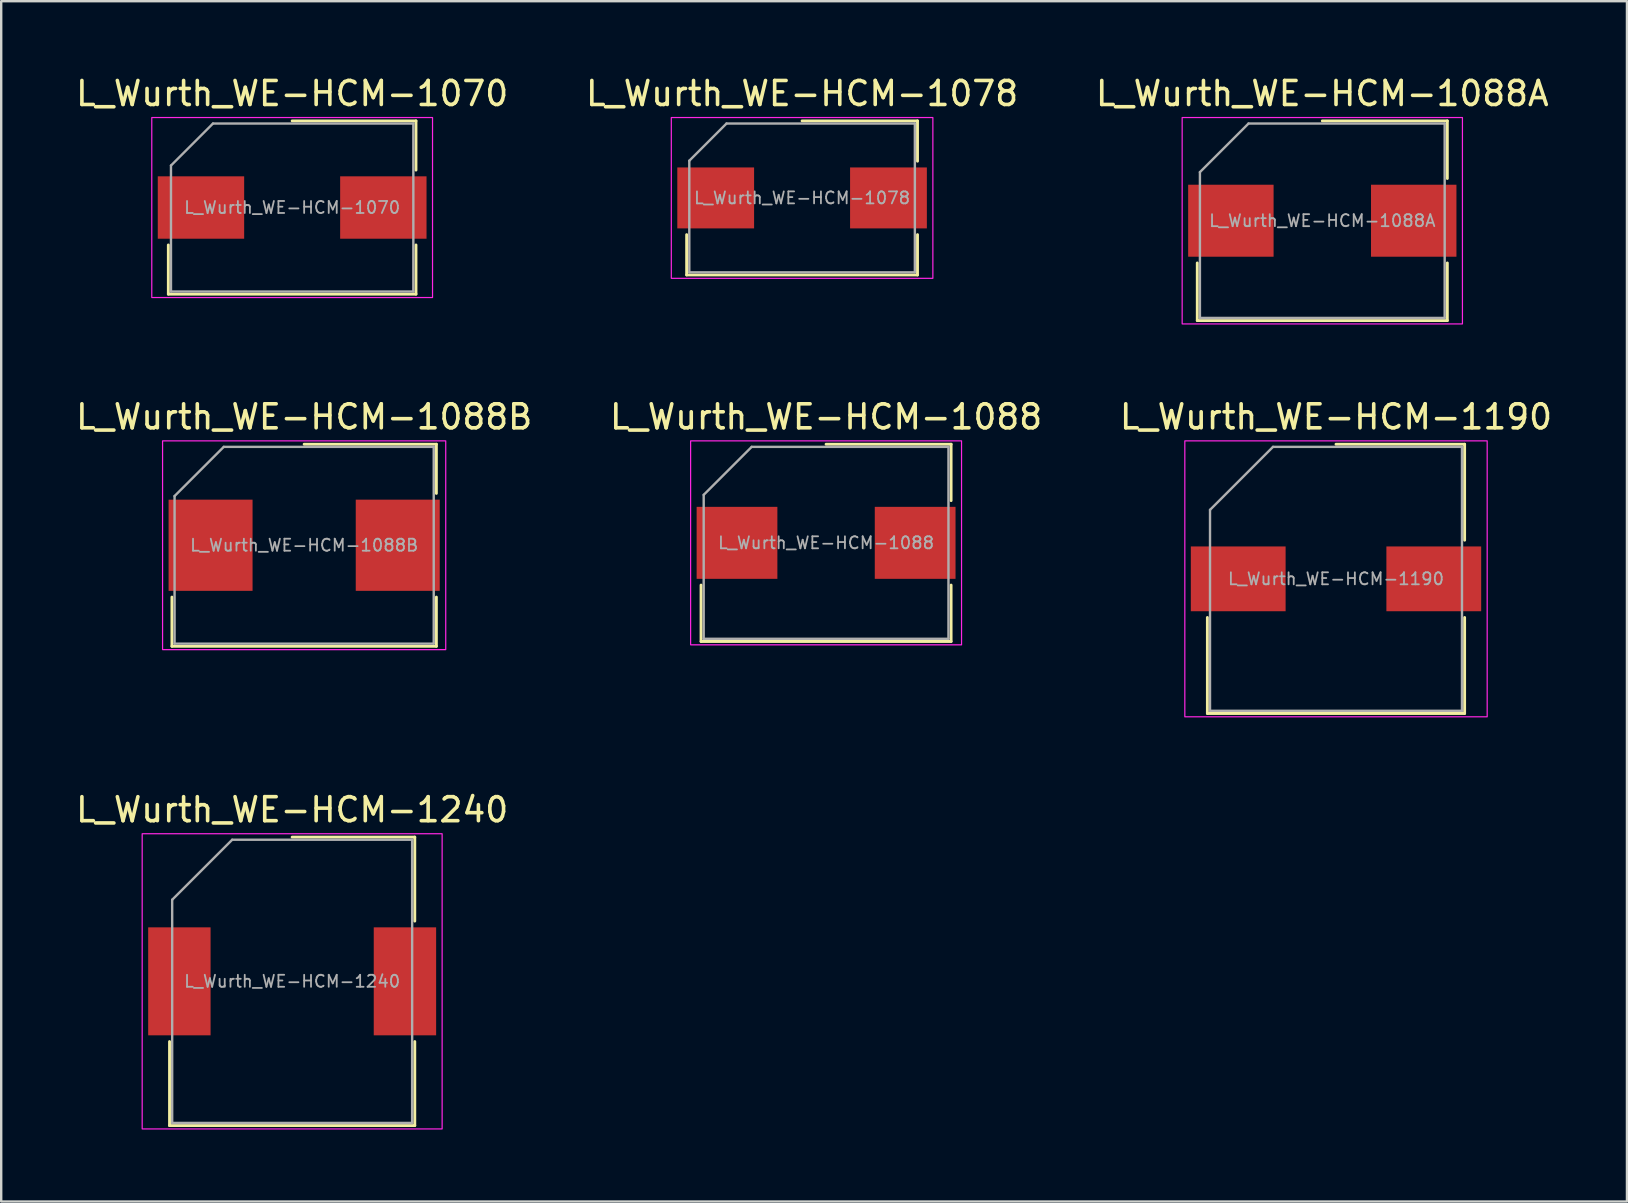
<source format=kicad_pcb>
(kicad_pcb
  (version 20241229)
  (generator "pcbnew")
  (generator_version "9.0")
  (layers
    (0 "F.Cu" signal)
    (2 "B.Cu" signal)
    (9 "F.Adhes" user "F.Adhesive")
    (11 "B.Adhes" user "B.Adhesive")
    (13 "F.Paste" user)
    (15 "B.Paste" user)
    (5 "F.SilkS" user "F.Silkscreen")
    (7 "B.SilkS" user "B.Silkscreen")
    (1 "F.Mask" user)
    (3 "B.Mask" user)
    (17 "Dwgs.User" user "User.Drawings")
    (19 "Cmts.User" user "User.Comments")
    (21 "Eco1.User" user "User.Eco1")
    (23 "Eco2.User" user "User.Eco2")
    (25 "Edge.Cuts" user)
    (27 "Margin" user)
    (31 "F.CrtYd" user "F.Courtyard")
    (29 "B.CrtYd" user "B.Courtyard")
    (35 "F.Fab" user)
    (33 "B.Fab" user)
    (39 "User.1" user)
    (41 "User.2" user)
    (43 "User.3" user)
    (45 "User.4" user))
  (footprint "L_Wurth_WE-HCM-1240"
    (layer "F.Cu")
    (at 9.125 37.845)
    (property "Reference" "L_Wurth_WE-HCM-1240" (at 0 -7.15 0) (unlocked yes) (layer "F.SilkS") (effects (font (size 1 1) (thickness 0.15))))
    (attr smd)
    (fp_line (start -5.11 6.01) (end -5.11 2.51) (stroke (width 0.12) (type solid)) (layer "F.SilkS"))
    (fp_line (start -5.11 6.01) (end 5.11 6.01) (stroke (width 0.12) (type solid)) (layer "F.SilkS"))
    (fp_line (start 0 -6.01) (end 5.11 -6.01) (stroke (width 0.12) (type solid)) (layer "F.SilkS"))
    (fp_line (start 5.11 -6.01) (end 5.11 -2.51) (stroke (width 0.12) (type solid)) (layer "F.SilkS"))
    (fp_line (start 5.11 6.01) (end 5.11 2.51) (stroke (width 0.12) (type solid)) (layer "F.SilkS"))
    (fp_rect (start -6.25 -6.15) (end 6.25 6.15) (stroke (width 0.05) (type solid)) (fill no) (layer "F.CrtYd"))
    (fp_line (start -5 -3.4) (end -5 5.9) (stroke (width 0.1) (type solid)) (layer "F.Fab"))
    (fp_line (start -5 5.9) (end 5 5.9) (stroke (width 0.1) (type solid)) (layer "F.Fab"))
    (fp_line (start -2.5 -5.9) (end -5 -3.4) (stroke (width 0.1) (type solid)) (layer "F.Fab"))
    (fp_line (start 5 -5.9) (end -2.5 -5.9) (stroke (width 0.1) (type solid)) (layer "F.Fab"))
    (fp_line (start 5 5.9) (end 5 -5.9) (stroke (width 0.1) (type solid)) (layer "F.Fab"))
    (fp_text user "${REFERENCE}" (at 0 0 0) (unlocked yes) (layer "F.Fab") (effects (font (size 0.5 0.5) (thickness 0.075))))
    (pad "1" smd rect (at -4.7 0) (size 2.6 4.5) (layers "F.Cu" "F.Mask" "F.Paste"))
    (pad "2" smd rect (at 4.7 0) (size 2.6 4.5) (layers "F.Cu" "F.Mask" "F.Paste")))
  (footprint "L_Wurth_WE-HCM-1088A"
    (layer "F.Cu")
    (at 52.054 6.148)
    (property "Reference" "L_Wurth_WE-HCM-1088A" (at 0 -5.3 0) (unlocked yes) (layer "F.SilkS") (effects (font (size 1 1) (thickness 0.15))))
    (attr smd)
    (fp_line (start -5.21 4.16) (end -5.21 1.76) (stroke (width 0.12) (type solid)) (layer "F.SilkS"))
    (fp_line (start -5.21 4.16) (end 5.21 4.16) (stroke (width 0.12) (type solid)) (layer "F.SilkS"))
    (fp_line (start 0 -4.16) (end 5.21 -4.16) (stroke (width 0.12) (type solid)) (layer "F.SilkS"))
    (fp_line (start 5.21 -4.16) (end 5.21 -1.76) (stroke (width 0.12) (type solid)) (layer "F.SilkS"))
    (fp_line (start 5.21 4.16) (end 5.21 1.76) (stroke (width 0.12) (type solid)) (layer "F.SilkS"))
    (fp_rect (start -5.84 -4.3) (end 5.84 4.3) (stroke (width 0.05) (type solid)) (fill no) (layer "F.CrtYd"))
    (fp_line (start -5.1 -2.025) (end -5.1 4.05) (stroke (width 0.1) (type solid)) (layer "F.Fab"))
    (fp_line (start -5.1 4.05) (end 5.1 4.05) (stroke (width 0.1) (type solid)) (layer "F.Fab"))
    (fp_line (start -3.075 -4.05) (end -5.1 -2.025) (stroke (width 0.1) (type solid)) (layer "F.Fab"))
    (fp_line (start 5.1 -4.05) (end -3.075 -4.05) (stroke (width 0.1) (type solid)) (layer "F.Fab"))
    (fp_line (start 5.1 4.05) (end 5.1 -4.05) (stroke (width 0.1) (type solid)) (layer "F.Fab"))
    (fp_text user "${REFERENCE}" (at 0 0 0) (unlocked yes) (layer "F.Fab") (effects (font (size 0.5 0.5) (thickness 0.075))))
    (pad "1" smd rect (at -3.81 0) (size 3.56 3) (layers "F.Cu" "F.Mask" "F.Paste"))
    (pad "2" smd rect (at 3.81 0) (size 3.56 3) (layers "F.Cu" "F.Mask" "F.Paste")))
  (footprint "L_Wurth_WE-HCM-1088"
    (layer "F.Cu")
    (at 31.375 19.572)
    (property "Reference" "L_Wurth_WE-HCM-1088" (at 0 -5.25 0) (unlocked yes) (layer "F.SilkS") (effects (font (size 1 1) (thickness 0.15))))
    (attr smd)
    (fp_line (start -5.21 4.11) (end -5.21 1.76) (stroke (width 0.12) (type solid)) (layer "F.SilkS"))
    (fp_line (start -5.21 4.11) (end 5.21 4.11) (stroke (width 0.12) (type solid)) (layer "F.SilkS"))
    (fp_line (start 0 -4.11) (end 5.21 -4.11) (stroke (width 0.12) (type solid)) (layer "F.SilkS"))
    (fp_line (start 5.21 -4.11) (end 5.21 -1.76) (stroke (width 0.12) (type solid)) (layer "F.SilkS"))
    (fp_line (start 5.21 4.11) (end 5.21 1.76) (stroke (width 0.12) (type solid)) (layer "F.SilkS"))
    (fp_rect (start -5.645 -4.25) (end 5.645 4.25) (stroke (width 0.05) (type solid)) (fill no) (layer "F.CrtYd"))
    (fp_line (start -5.1 -2) (end -5.1 4) (stroke (width 0.1) (type solid)) (layer "F.Fab"))
    (fp_line (start -5.1 4) (end 5.1 4) (stroke (width 0.1) (type solid)) (layer "F.Fab"))
    (fp_line (start -3.1 -4) (end -5.1 -2) (stroke (width 0.1) (type solid)) (layer "F.Fab"))
    (fp_line (start 5.1 -4) (end -3.1 -4) (stroke (width 0.1) (type solid)) (layer "F.Fab"))
    (fp_line (start 5.1 4) (end 5.1 -4) (stroke (width 0.1) (type solid)) (layer "F.Fab"))
    (fp_text user "${REFERENCE}" (at 0 0 0) (unlocked yes) (layer "F.Fab") (effects (font (size 0.5 0.5) (thickness 0.075))))
    (pad "1" smd rect (at -3.712 0) (size 3.365 3) (layers "F.Cu" "F.Mask" "F.Paste"))
    (pad "2" smd rect (at 3.712 0) (size 3.365 3) (layers "F.Cu" "F.Mask" "F.Paste")))
  (footprint "L_Wurth_WE-HCM-1088B"
    (layer "F.Cu")
    (at 9.625 19.672)
    (property "Reference" "L_Wurth_WE-HCM-1088B" (at 0 -5.35 0) (unlocked yes) (layer "F.SilkS") (effects (font (size 1 1) (thickness 0.15))))
    (attr smd)
    (fp_line (start -5.51 4.21) (end -5.51 2.16) (stroke (width 0.12) (type solid)) (layer "F.SilkS"))
    (fp_line (start -5.51 4.21) (end 5.51 4.21) (stroke (width 0.12) (type solid)) (layer "F.SilkS"))
    (fp_line (start 0 -4.21) (end 5.51 -4.21) (stroke (width 0.12) (type solid)) (layer "F.SilkS"))
    (fp_line (start 5.51 -4.21) (end 5.51 -2.16) (stroke (width 0.12) (type solid)) (layer "F.SilkS"))
    (fp_line (start 5.51 4.21) (end 5.51 2.16) (stroke (width 0.12) (type solid)) (layer "F.SilkS"))
    (fp_rect (start -5.9 -4.35) (end 5.9 4.35) (stroke (width 0.05) (type solid)) (fill no) (layer "F.CrtYd"))
    (fp_line (start -5.4 -2.05) (end -5.4 4.1) (stroke (width 0.1) (type solid)) (layer "F.Fab"))
    (fp_line (start -5.4 4.1) (end 5.4 4.1) (stroke (width 0.1) (type solid)) (layer "F.Fab"))
    (fp_line (start -3.35 -4.1) (end -5.4 -2.05) (stroke (width 0.1) (type solid)) (layer "F.Fab"))
    (fp_line (start 5.4 -4.1) (end -3.35 -4.1) (stroke (width 0.1) (type solid)) (layer "F.Fab"))
    (fp_line (start 5.4 4.1) (end 5.4 -4.1) (stroke (width 0.1) (type solid)) (layer "F.Fab"))
    (fp_text user "${REFERENCE}" (at 0 0 0) (unlocked yes) (layer "F.Fab") (effects (font (size 0.5 0.5) (thickness 0.075))))
    (pad "1" smd rect (at -3.9 0) (size 3.5 3.8) (layers "F.Cu" "F.Mask" "F.Paste"))
    (pad "2" smd rect (at 3.9 0) (size 3.5 3.8) (layers "F.Cu" "F.Mask" "F.Paste")))
  (footprint "L_Wurth_WE-HCM-1078"
    (layer "F.Cu")
    (at 30.375 5.198)
    (property "Reference" "L_Wurth_WE-HCM-1078" (at 0 -4.35 0) (unlocked yes) (layer "F.SilkS") (effects (font (size 1 1) (thickness 0.15))))
    (attr smd)
    (fp_line (start -4.81 3.21) (end -4.81 1.53) (stroke (width 0.12) (type solid)) (layer "F.SilkS"))
    (fp_line (start -4.81 3.21) (end 4.81 3.21) (stroke (width 0.12) (type solid)) (layer "F.SilkS"))
    (fp_line (start 0 -3.21) (end 4.81 -3.21) (stroke (width 0.12) (type solid)) (layer "F.SilkS"))
    (fp_line (start 4.81 -3.21) (end 4.81 -1.53) (stroke (width 0.12) (type solid)) (layer "F.SilkS"))
    (fp_line (start 4.81 3.21) (end 4.81 1.53) (stroke (width 0.12) (type solid)) (layer "F.SilkS"))
    (fp_rect (start -5.45 -3.35) (end 5.45 3.35) (stroke (width 0.05) (type solid)) (fill no) (layer "F.CrtYd"))
    (fp_line (start -4.7 -1.55) (end -4.7 3.1) (stroke (width 0.1) (type solid)) (layer "F.Fab"))
    (fp_line (start -4.7 3.1) (end 4.7 3.1) (stroke (width 0.1) (type solid)) (layer "F.Fab"))
    (fp_line (start -3.15 -3.1) (end -4.7 -1.55) (stroke (width 0.1) (type solid)) (layer "F.Fab"))
    (fp_line (start 4.7 -3.1) (end -3.15 -3.1) (stroke (width 0.1) (type solid)) (layer "F.Fab"))
    (fp_line (start 4.7 3.1) (end 4.7 -3.1) (stroke (width 0.1) (type solid)) (layer "F.Fab"))
    (fp_text user "${REFERENCE}" (at 0 0 0) (unlocked yes) (layer "F.Fab") (effects (font (size 0.5 0.5) (thickness 0.075))))
    (pad "1" smd rect (at -3.6 0) (size 3.2 2.54) (layers "F.Cu" "F.Mask" "F.Paste"))
    (pad "2" smd rect (at 3.6 0) (size 3.2 2.54) (layers "F.Cu" "F.Mask" "F.Paste")))
  (footprint "L_Wurth_WE-HCM-1190"
    (layer "F.Cu")
    (at 52.625 21.072)
    (property "Reference" "L_Wurth_WE-HCM-1190" (at 0 -6.75 0) (unlocked yes) (layer "F.SilkS") (effects (font (size 1 1) (thickness 0.15))))
    (attr smd)
    (fp_line (start -5.36 5.61) (end -5.36 1.61) (stroke (width 0.12) (type solid)) (layer "F.SilkS"))
    (fp_line (start -5.36 5.61) (end 5.36 5.61) (stroke (width 0.12) (type solid)) (layer "F.SilkS"))
    (fp_line (start 0 -5.61) (end 5.36 -5.61) (stroke (width 0.12) (type solid)) (layer "F.SilkS"))
    (fp_line (start 5.36 -5.61) (end 5.36 -1.61) (stroke (width 0.12) (type solid)) (layer "F.SilkS"))
    (fp_line (start 5.36 5.61) (end 5.36 1.61) (stroke (width 0.12) (type solid)) (layer "F.SilkS"))
    (fp_rect (start -6.3 -5.75) (end 6.3 5.75) (stroke (width 0.05) (type solid)) (fill no) (layer "F.CrtYd"))
    (fp_line (start -5.25 -2.875) (end -5.25 5.5) (stroke (width 0.1) (type solid)) (layer "F.Fab"))
    (fp_line (start -5.25 5.5) (end 5.25 5.5) (stroke (width 0.1) (type solid)) (layer "F.Fab"))
    (fp_line (start -2.625 -5.5) (end -5.25 -2.875) (stroke (width 0.1) (type solid)) (layer "F.Fab"))
    (fp_line (start 5.25 -5.5) (end -2.625 -5.5) (stroke (width 0.1) (type solid)) (layer "F.Fab"))
    (fp_line (start 5.25 5.5) (end 5.25 -5.5) (stroke (width 0.1) (type solid)) (layer "F.Fab"))
    (fp_text user "${REFERENCE}" (at 0 0 0) (unlocked yes) (layer "F.Fab") (effects (font (size 0.5 0.5) (thickness 0.075))))
    (pad "1" smd rect (at -4.075 0) (size 3.95 2.7) (layers "F.Cu" "F.Mask" "F.Paste"))
    (pad "2" smd rect (at 4.075 0) (size 3.95 2.7) (layers "F.Cu" "F.Mask" "F.Paste")))
  (footprint "L_Wurth_WE-HCM-1070"
    (layer "F.Cu")
    (at 9.125 5.598)
    (property "Reference" "L_Wurth_WE-HCM-1070" (at 0 -4.75 0) (unlocked yes) (layer "F.SilkS") (effects (font (size 1 1) (thickness 0.15))))
    (attr smd)
    (fp_line (start -5.16 3.61) (end -5.16 1.56) (stroke (width 0.12) (type solid)) (layer "F.SilkS"))
    (fp_line (start -5.16 3.61) (end 5.16 3.61) (stroke (width 0.12) (type solid)) (layer "F.SilkS"))
    (fp_line (start 0 -3.61) (end 5.16 -3.61) (stroke (width 0.12) (type solid)) (layer "F.SilkS"))
    (fp_line (start 5.16 -3.61) (end 5.16 -1.56) (stroke (width 0.12) (type solid)) (layer "F.SilkS"))
    (fp_line (start 5.16 3.61) (end 5.16 1.56) (stroke (width 0.12) (type solid)) (layer "F.SilkS"))
    (fp_rect (start -5.85 -3.75) (end 5.85 3.75) (stroke (width 0.05) (type solid)) (fill no) (layer "F.CrtYd"))
    (fp_line (start -5.05 -1.75) (end -5.05 3.5) (stroke (width 0.1) (type solid)) (layer "F.Fab"))
    (fp_line (start -5.05 3.5) (end 5.05 3.5) (stroke (width 0.1) (type solid)) (layer "F.Fab"))
    (fp_line (start -3.3 -3.5) (end -5.05 -1.75) (stroke (width 0.1) (type solid)) (layer "F.Fab"))
    (fp_line (start 5.05 -3.5) (end -3.3 -3.5) (stroke (width 0.1) (type solid)) (layer "F.Fab"))
    (fp_line (start 5.05 3.5) (end 5.05 -3.5) (stroke (width 0.1) (type solid)) (layer "F.Fab"))
    (fp_text user "${REFERENCE}" (at 0 0 0) (unlocked yes) (layer "F.Fab") (effects (font (size 0.5 0.5) (thickness 0.075))))
    (pad "1" smd rect (at -3.8 0) (size 3.6 2.6) (layers "F.Cu" "F.Mask" "F.Paste"))
    (pad "2" smd rect (at 3.8 0) (size 3.6 2.6) (layers "F.Cu" "F.Mask" "F.Paste")))
  (gr_rect
    (start -3 -3)
    (end 64.75 47.02)
    (stroke (width 0.1) (type default))
    (fill no)
    (layer "Edge.Cuts")))
</source>
